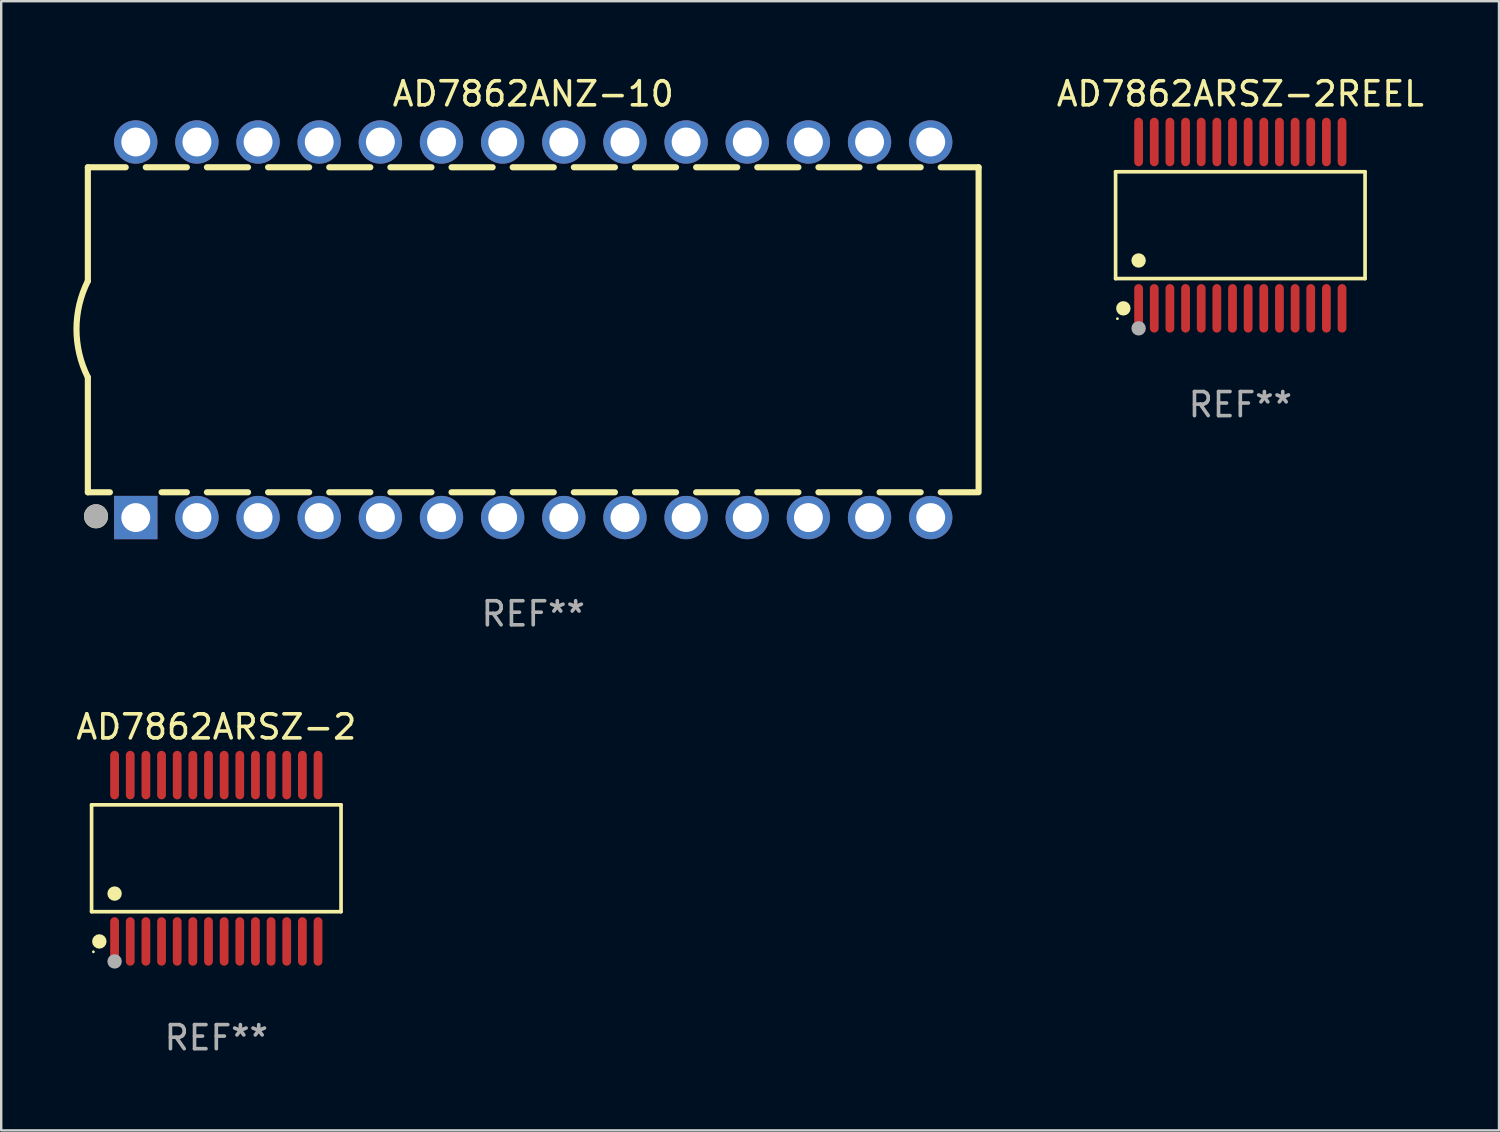
<source format=kicad_pcb>
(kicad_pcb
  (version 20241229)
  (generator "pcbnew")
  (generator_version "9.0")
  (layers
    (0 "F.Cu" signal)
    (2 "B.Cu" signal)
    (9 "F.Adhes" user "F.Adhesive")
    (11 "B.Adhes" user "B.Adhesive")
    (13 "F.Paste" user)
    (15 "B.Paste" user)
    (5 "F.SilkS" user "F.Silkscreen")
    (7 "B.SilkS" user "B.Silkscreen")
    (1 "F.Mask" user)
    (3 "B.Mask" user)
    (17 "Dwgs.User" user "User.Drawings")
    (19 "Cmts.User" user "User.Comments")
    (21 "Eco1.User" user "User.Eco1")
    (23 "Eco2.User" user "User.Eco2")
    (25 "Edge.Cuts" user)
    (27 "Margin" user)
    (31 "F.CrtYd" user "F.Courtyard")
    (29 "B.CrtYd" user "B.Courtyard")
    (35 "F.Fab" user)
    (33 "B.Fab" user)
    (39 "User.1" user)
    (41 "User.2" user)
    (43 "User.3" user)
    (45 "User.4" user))
  (footprint "AD7862ARSZ-2"
    (layer "F.Cu")
    (at 5.935 32.6)
    (property "Reference" "AD7862ARSZ-2" (at 0 -5.455 0) (layer "F.SilkS") (effects (font (size 1 1) (thickness 0.15))))
    (attr through_hole)
    (fp_line (start -5.181 -2.219) (end 5.181 -2.219) (stroke (width 0.152) (type solid)) (layer "F.SilkS"))
    (fp_line (start -5.181 2.219) (end -5.181 -2.219) (stroke (width 0.152) (type solid)) (layer "F.SilkS"))
    (fp_line (start 5.181 -2.219) (end 5.181 2.219) (stroke (width 0.152) (type solid)) (layer "F.SilkS"))
    (fp_line (start 5.181 2.219) (end -5.181 2.219) (stroke (width 0.152) (type solid)) (layer "F.SilkS"))
    (fp_circle (center -5.105 3.885) (end -5.075 3.885) (stroke (width 0.06) (type solid)) (fill no) (layer "F.SilkS"))
    (fp_circle (center -4.859 3.455) (end -4.709 3.455) (stroke (width 0.3) (type solid)) (fill no) (layer "F.SilkS"))
    (fp_circle (center -4.225 1.467) (end -4.075 1.467) (stroke (width 0.3) (type solid)) (fill no) (layer "F.SilkS"))
    (fp_circle (center -4.225 4.285) (end -4.075 4.285) (stroke (width 0.3) (type solid)) (fill no) (layer "F.Fab"))
    (fp_text user "REF**" (at 0 7.455 0) (layer "F.Fab") (effects (font (size 1 1) (thickness 0.15))))
    (pad "1" smd oval (at -4.225 3.455) (size 0.364 2.015) (layers "F.Cu" "F.Mask" "F.Paste"))
    (pad "2" smd oval (at -3.575 3.455) (size 0.364 2.015) (layers "F.Cu" "F.Mask" "F.Paste"))
    (pad "3" smd oval (at -2.925 3.455) (size 0.364 2.015) (layers "F.Cu" "F.Mask" "F.Paste"))
    (pad "4" smd oval (at -2.275 3.455) (size 0.364 2.015) (layers "F.Cu" "F.Mask" "F.Paste"))
    (pad "5" smd oval (at -1.625 3.455) (size 0.364 2.015) (layers "F.Cu" "F.Mask" "F.Paste"))
    (pad "6" smd oval (at -0.975 3.455) (size 0.364 2.015) (layers "F.Cu" "F.Mask" "F.Paste"))
    (pad "7" smd oval (at -0.325 3.455) (size 0.364 2.015) (layers "F.Cu" "F.Mask" "F.Paste"))
    (pad "8" smd oval (at 0.325 3.455) (size 0.364 2.015) (layers "F.Cu" "F.Mask" "F.Paste"))
    (pad "9" smd oval (at 0.975 3.455) (size 0.364 2.015) (layers "F.Cu" "F.Mask" "F.Paste"))
    (pad "10" smd oval (at 1.625 3.455) (size 0.364 2.015) (layers "F.Cu" "F.Mask" "F.Paste"))
    (pad "11" smd oval (at 2.275 3.455) (size 0.364 2.015) (layers "F.Cu" "F.Mask" "F.Paste"))
    (pad "12" smd oval (at 2.925 3.455) (size 0.364 2.015) (layers "F.Cu" "F.Mask" "F.Paste"))
    (pad "13" smd oval (at 3.575 3.455) (size 0.364 2.015) (layers "F.Cu" "F.Mask" "F.Paste"))
    (pad "14" smd oval (at 4.225 3.455) (size 0.364 2.015) (layers "F.Cu" "F.Mask" "F.Paste"))
    (pad "15" smd oval (at 4.225 -3.455) (size 0.364 2.015) (layers "F.Cu" "F.Mask" "F.Paste"))
    (pad "16" smd oval (at 3.575 -3.455) (size 0.364 2.015) (layers "F.Cu" "F.Mask" "F.Paste"))
    (pad "17" smd oval (at 2.925 -3.455) (size 0.364 2.015) (layers "F.Cu" "F.Mask" "F.Paste"))
    (pad "18" smd oval (at 2.275 -3.455) (size 0.364 2.015) (layers "F.Cu" "F.Mask" "F.Paste"))
    (pad "19" smd oval (at 1.625 -3.455) (size 0.364 2.015) (layers "F.Cu" "F.Mask" "F.Paste"))
    (pad "20" smd oval (at 0.975 -3.455) (size 0.364 2.015) (layers "F.Cu" "F.Mask" "F.Paste"))
    (pad "21" smd oval (at 0.325 -3.455) (size 0.364 2.015) (layers "F.Cu" "F.Mask" "F.Paste"))
    (pad "22" smd oval (at -0.325 -3.455) (size 0.364 2.015) (layers "F.Cu" "F.Mask" "F.Paste"))
    (pad "23" smd oval (at -0.975 -3.455) (size 0.364 2.015) (layers "F.Cu" "F.Mask" "F.Paste"))
    (pad "24" smd oval (at -1.625 -3.455) (size 0.364 2.015) (layers "F.Cu" "F.Mask" "F.Paste"))
    (pad "25" smd oval (at -2.275 -3.455) (size 0.364 2.015) (layers "F.Cu" "F.Mask" "F.Paste"))
    (pad "26" smd oval (at -2.925 -3.455) (size 0.364 2.015) (layers "F.Cu" "F.Mask" "F.Paste"))
    (pad "27" smd oval (at -3.575 -3.455) (size 0.364 2.015) (layers "F.Cu" "F.Mask" "F.Paste"))
    (pad "28" smd oval (at -4.225 -3.455) (size 0.364 2.015) (layers "F.Cu" "F.Mask" "F.Paste")))
  (footprint "AD7862ARSZ-2REEL"
    (layer "F.Cu")
    (at 48.47 6.303)
    (property "Reference" "AD7862ARSZ-2REEL" (at 0 -5.455 0) (layer "F.SilkS") (effects (font (size 1 1) (thickness 0.15))))
    (attr through_hole)
    (fp_line (start -5.181 -2.219) (end 5.181 -2.219) (stroke (width 0.152) (type solid)) (layer "F.SilkS"))
    (fp_line (start -5.181 2.219) (end -5.181 -2.219) (stroke (width 0.152) (type solid)) (layer "F.SilkS"))
    (fp_line (start 5.181 -2.219) (end 5.181 2.219) (stroke (width 0.152) (type solid)) (layer "F.SilkS"))
    (fp_line (start 5.181 2.219) (end -5.181 2.219) (stroke (width 0.152) (type solid)) (layer "F.SilkS"))
    (fp_circle (center -5.105 3.885) (end -5.075 3.885) (stroke (width 0.06) (type solid)) (fill no) (layer "F.SilkS"))
    (fp_circle (center -4.859 3.455) (end -4.709 3.455) (stroke (width 0.3) (type solid)) (fill no) (layer "F.SilkS"))
    (fp_circle (center -4.225 1.467) (end -4.075 1.467) (stroke (width 0.3) (type solid)) (fill no) (layer "F.SilkS"))
    (fp_circle (center -4.225 4.285) (end -4.075 4.285) (stroke (width 0.3) (type solid)) (fill no) (layer "F.Fab"))
    (fp_text user "REF**" (at 0 7.455 0) (layer "F.Fab") (effects (font (size 1 1) (thickness 0.15))))
    (pad "1" smd oval (at -4.225 3.455) (size 0.364 2.015) (layers "F.Cu" "F.Mask" "F.Paste"))
    (pad "2" smd oval (at -3.575 3.455) (size 0.364 2.015) (layers "F.Cu" "F.Mask" "F.Paste"))
    (pad "3" smd oval (at -2.925 3.455) (size 0.364 2.015) (layers "F.Cu" "F.Mask" "F.Paste"))
    (pad "4" smd oval (at -2.275 3.455) (size 0.364 2.015) (layers "F.Cu" "F.Mask" "F.Paste"))
    (pad "5" smd oval (at -1.625 3.455) (size 0.364 2.015) (layers "F.Cu" "F.Mask" "F.Paste"))
    (pad "6" smd oval (at -0.975 3.455) (size 0.364 2.015) (layers "F.Cu" "F.Mask" "F.Paste"))
    (pad "7" smd oval (at -0.325 3.455) (size 0.364 2.015) (layers "F.Cu" "F.Mask" "F.Paste"))
    (pad "8" smd oval (at 0.325 3.455) (size 0.364 2.015) (layers "F.Cu" "F.Mask" "F.Paste"))
    (pad "9" smd oval (at 0.975 3.455) (size 0.364 2.015) (layers "F.Cu" "F.Mask" "F.Paste"))
    (pad "10" smd oval (at 1.625 3.455) (size 0.364 2.015) (layers "F.Cu" "F.Mask" "F.Paste"))
    (pad "11" smd oval (at 2.275 3.455) (size 0.364 2.015) (layers "F.Cu" "F.Mask" "F.Paste"))
    (pad "12" smd oval (at 2.925 3.455) (size 0.364 2.015) (layers "F.Cu" "F.Mask" "F.Paste"))
    (pad "13" smd oval (at 3.575 3.455) (size 0.364 2.015) (layers "F.Cu" "F.Mask" "F.Paste"))
    (pad "14" smd oval (at 4.225 3.455) (size 0.364 2.015) (layers "F.Cu" "F.Mask" "F.Paste"))
    (pad "15" smd oval (at 4.225 -3.455) (size 0.364 2.015) (layers "F.Cu" "F.Mask" "F.Paste"))
    (pad "16" smd oval (at 3.575 -3.455) (size 0.364 2.015) (layers "F.Cu" "F.Mask" "F.Paste"))
    (pad "17" smd oval (at 2.925 -3.455) (size 0.364 2.015) (layers "F.Cu" "F.Mask" "F.Paste"))
    (pad "18" smd oval (at 2.275 -3.455) (size 0.364 2.015) (layers "F.Cu" "F.Mask" "F.Paste"))
    (pad "19" smd oval (at 1.625 -3.455) (size 0.364 2.015) (layers "F.Cu" "F.Mask" "F.Paste"))
    (pad "20" smd oval (at 0.975 -3.455) (size 0.364 2.015) (layers "F.Cu" "F.Mask" "F.Paste"))
    (pad "21" smd oval (at 0.325 -3.455) (size 0.364 2.015) (layers "F.Cu" "F.Mask" "F.Paste"))
    (pad "22" smd oval (at -0.325 -3.455) (size 0.364 2.015) (layers "F.Cu" "F.Mask" "F.Paste"))
    (pad "23" smd oval (at -0.975 -3.455) (size 0.364 2.015) (layers "F.Cu" "F.Mask" "F.Paste"))
    (pad "24" smd oval (at -1.625 -3.455) (size 0.364 2.015) (layers "F.Cu" "F.Mask" "F.Paste"))
    (pad "25" smd oval (at -2.275 -3.455) (size 0.364 2.015) (layers "F.Cu" "F.Mask" "F.Paste"))
    (pad "26" smd oval (at -2.925 -3.455) (size 0.364 2.015) (layers "F.Cu" "F.Mask" "F.Paste"))
    (pad "27" smd oval (at -3.575 -3.455) (size 0.364 2.015) (layers "F.Cu" "F.Mask" "F.Paste"))
    (pad "28" smd oval (at -4.225 -3.455) (size 0.364 2.015) (layers "F.Cu" "F.Mask" "F.Paste")))
  (footprint "AD7862ANZ-10"
    (layer "F.Cu")
    (at 19.099 10.648)
    (property "Reference" "AD7862ANZ-10" (at 0 -9.8 0) (layer "F.SilkS") (effects (font (size 1 1) (thickness 0.15))))
    (attr through_hole)
    (fp_line (start -18.5 -6.75) (end -18.5 -2.026) (stroke (width 0.254) (type solid)) (layer "F.SilkS"))
    (fp_line (start -18.5 -6.75) (end -16.926 -6.75) (stroke (width 0.254) (type solid)) (layer "F.SilkS"))
    (fp_line (start -18.5 6.75) (end -18.5 1.974) (stroke (width 0.254) (type solid)) (layer "F.SilkS"))
    (fp_line (start -18.5 6.75) (end -17.584 6.75) (stroke (width 0.254) (type solid)) (layer "F.SilkS"))
    (fp_line (start -16.094 -6.75) (end -14.386 -6.75) (stroke (width 0.254) (type solid)) (layer "F.SilkS"))
    (fp_line (start -15.436 6.75) (end -14.386 6.75) (stroke (width 0.254) (type solid)) (layer "F.SilkS"))
    (fp_line (start -13.554 -6.75) (end -11.846 -6.75) (stroke (width 0.254) (type solid)) (layer "F.SilkS"))
    (fp_line (start -13.554 6.75) (end -11.846 6.75) (stroke (width 0.254) (type solid)) (layer "F.SilkS"))
    (fp_line (start -11.014 -6.75) (end -9.306 -6.75) (stroke (width 0.254) (type solid)) (layer "F.SilkS"))
    (fp_line (start -11.014 6.75) (end -9.306 6.75) (stroke (width 0.254) (type solid)) (layer "F.SilkS"))
    (fp_line (start -8.474 -6.75) (end -6.766 -6.75) (stroke (width 0.254) (type solid)) (layer "F.SilkS"))
    (fp_line (start -8.474 6.75) (end -6.766 6.75) (stroke (width 0.254) (type solid)) (layer "F.SilkS"))
    (fp_line (start -5.934 -6.75) (end -4.226 -6.75) (stroke (width 0.254) (type solid)) (layer "F.SilkS"))
    (fp_line (start -5.934 6.75) (end -4.226 6.75) (stroke (width 0.254) (type solid)) (layer "F.SilkS"))
    (fp_line (start -3.394 -6.75) (end -1.686 -6.75) (stroke (width 0.254) (type solid)) (layer "F.SilkS"))
    (fp_line (start -3.394 6.75) (end -1.686 6.75) (stroke (width 0.254) (type solid)) (layer "F.SilkS"))
    (fp_line (start -0.854 -6.75) (end 0.854 -6.75) (stroke (width 0.254) (type solid)) (layer "F.SilkS"))
    (fp_line (start -0.854 6.75) (end 0.854 6.75) (stroke (width 0.254) (type solid)) (layer "F.SilkS"))
    (fp_line (start 1.686 -6.75) (end 3.394 -6.75) (stroke (width 0.254) (type solid)) (layer "F.SilkS"))
    (fp_line (start 1.686 6.75) (end 3.394 6.75) (stroke (width 0.254) (type solid)) (layer "F.SilkS"))
    (fp_line (start 4.226 -6.75) (end 5.934 -6.75) (stroke (width 0.254) (type solid)) (layer "F.SilkS"))
    (fp_line (start 4.226 6.75) (end 5.934 6.75) (stroke (width 0.254) (type solid)) (layer "F.SilkS"))
    (fp_line (start 6.766 -6.75) (end 8.474 -6.75) (stroke (width 0.254) (type solid)) (layer "F.SilkS"))
    (fp_line (start 6.766 6.75) (end 8.474 6.75) (stroke (width 0.254) (type solid)) (layer "F.SilkS"))
    (fp_line (start 9.306 -6.75) (end 11.014 -6.75) (stroke (width 0.254) (type solid)) (layer "F.SilkS"))
    (fp_line (start 9.306 6.75) (end 11.014 6.75) (stroke (width 0.254) (type solid)) (layer "F.SilkS"))
    (fp_line (start 11.846 -6.75) (end 13.554 -6.75) (stroke (width 0.254) (type solid)) (layer "F.SilkS"))
    (fp_line (start 11.846 6.75) (end 13.554 6.75) (stroke (width 0.254) (type solid)) (layer "F.SilkS"))
    (fp_line (start 14.386 -6.75) (end 16.094 -6.75) (stroke (width 0.254) (type solid)) (layer "F.SilkS"))
    (fp_line (start 14.386 6.75) (end 16.094 6.75) (stroke (width 0.254) (type solid)) (layer "F.SilkS"))
    (fp_line (start 16.926 -6.75) (end 18.5 -6.75) (stroke (width 0.254) (type solid)) (layer "F.SilkS"))
    (fp_line (start 16.926 6.75) (end 18.415 6.75) (stroke (width 0.254) (type solid)) (layer "F.SilkS"))
    (fp_line (start 18.5 6.75) (end 18.5 -6.75) (stroke (width 0.254) (type solid)) (layer "F.SilkS"))
    (fp_arc (start -18.500051 1.974384) (mid -18.972187 -0.025616) (end -18.500051 -2.025616) (stroke (width 0.254001) (type solid)) (layer "F.SilkS"))
    (fp_circle (center -18.5 7.8) (end -18.47 7.8) (stroke (width 0.06) (type solid)) (fill no) (layer "F.SilkS"))
    (fp_circle (center -18.161 7.747) (end -17.911 7.747) (stroke (width 0.5) (type solid)) (fill no) (layer "F.SilkS"))
    (fp_circle (center -18.161 7.747) (end -17.911 7.747) (stroke (width 0.5) (type solid)) (fill no) (layer "F.Fab"))
    (fp_text user "REF**" (at 0 11.8 0) (layer "F.Fab") (effects (font (size 1 1) (thickness 0.15))))
    (pad "1" thru_hole rect (at -16.51 7.8) (size 1.8 1.8) (drill 1.2) (layers "*.Cu" "*.Mask"))
    (pad "2" thru_hole circle (at -13.97 7.8) (size 1.8 1.8) (drill 1.2) (layers "*.Cu" "*.Mask"))
    (pad "3" thru_hole circle (at -11.43 7.8) (size 1.8 1.8) (drill 1.2) (layers "*.Cu" "*.Mask"))
    (pad "4" thru_hole circle (at -8.89 7.8) (size 1.8 1.8) (drill 1.2) (layers "*.Cu" "*.Mask"))
    (pad "5" thru_hole circle (at -6.35 7.8) (size 1.8 1.8) (drill 1.2) (layers "*.Cu" "*.Mask"))
    (pad "6" thru_hole circle (at -3.81 7.8) (size 1.8 1.8) (drill 1.2) (layers "*.Cu" "*.Mask"))
    (pad "7" thru_hole circle (at -1.27 7.8) (size 1.8 1.8) (drill 1.2) (layers "*.Cu" "*.Mask"))
    (pad "8" thru_hole circle (at 1.27 7.8) (size 1.8 1.8) (drill 1.2) (layers "*.Cu" "*.Mask"))
    (pad "9" thru_hole circle (at 3.81 7.8) (size 1.8 1.8) (drill 1.2) (layers "*.Cu" "*.Mask"))
    (pad "10" thru_hole circle (at 6.35 7.8) (size 1.8 1.8) (drill 1.2) (layers "*.Cu" "*.Mask"))
    (pad "11" thru_hole circle (at 8.89 7.8) (size 1.8 1.8) (drill 1.2) (layers "*.Cu" "*.Mask"))
    (pad "12" thru_hole circle (at 11.43 7.8) (size 1.8 1.8) (drill 1.2) (layers "*.Cu" "*.Mask"))
    (pad "13" thru_hole circle (at 13.97 7.8) (size 1.8 1.8) (drill 1.2) (layers "*.Cu" "*.Mask"))
    (pad "14" thru_hole circle (at 16.51 7.8) (size 1.8 1.8) (drill 1.2) (layers "*.Cu" "*.Mask"))
    (pad "15" thru_hole circle (at 16.51 -7.8) (size 1.8 1.8) (drill 1.2) (layers "*.Cu" "*.Mask"))
    (pad "16" thru_hole circle (at 13.97 -7.8) (size 1.8 1.8) (drill 1.2) (layers "*.Cu" "*.Mask"))
    (pad "17" thru_hole circle (at 11.43 -7.8) (size 1.8 1.8) (drill 1.2) (layers "*.Cu" "*.Mask"))
    (pad "18" thru_hole circle (at 8.89 -7.8) (size 1.8 1.8) (drill 1.2) (layers "*.Cu" "*.Mask"))
    (pad "19" thru_hole circle (at 6.35 -7.8) (size 1.8 1.8) (drill 1.2) (layers "*.Cu" "*.Mask"))
    (pad "20" thru_hole circle (at 3.81 -7.8) (size 1.8 1.8) (drill 1.2) (layers "*.Cu" "*.Mask"))
    (pad "21" thru_hole circle (at 1.27 -7.8) (size 1.8 1.8) (drill 1.2) (layers "*.Cu" "*.Mask"))
    (pad "22" thru_hole circle (at -1.27 -7.8) (size 1.8 1.8) (drill 1.2) (layers "*.Cu" "*.Mask"))
    (pad "23" thru_hole circle (at -3.81 -7.8) (size 1.8 1.8) (drill 1.2) (layers "*.Cu" "*.Mask"))
    (pad "24" thru_hole circle (at -6.35 -7.8) (size 1.8 1.8) (drill 1.2) (layers "*.Cu" "*.Mask"))
    (pad "25" thru_hole circle (at -8.89 -7.8) (size 1.8 1.8) (drill 1.2) (layers "*.Cu" "*.Mask"))
    (pad "26" thru_hole circle (at -11.43 -7.8) (size 1.8 1.8) (drill 1.2) (layers "*.Cu" "*.Mask"))
    (pad "27" thru_hole circle (at -13.97 -7.8) (size 1.8 1.8) (drill 1.2) (layers "*.Cu" "*.Mask"))
    (pad "28" thru_hole circle (at -16.51 -7.8) (size 1.8 1.8) (drill 1.2) (layers "*.Cu" "*.Mask")))
  (gr_rect
    (start -3 -3)
    (end 59.214 43.903)
    (stroke (width 0.1) (type default))
    (fill no)
    (layer "Edge.Cuts")))
</source>
